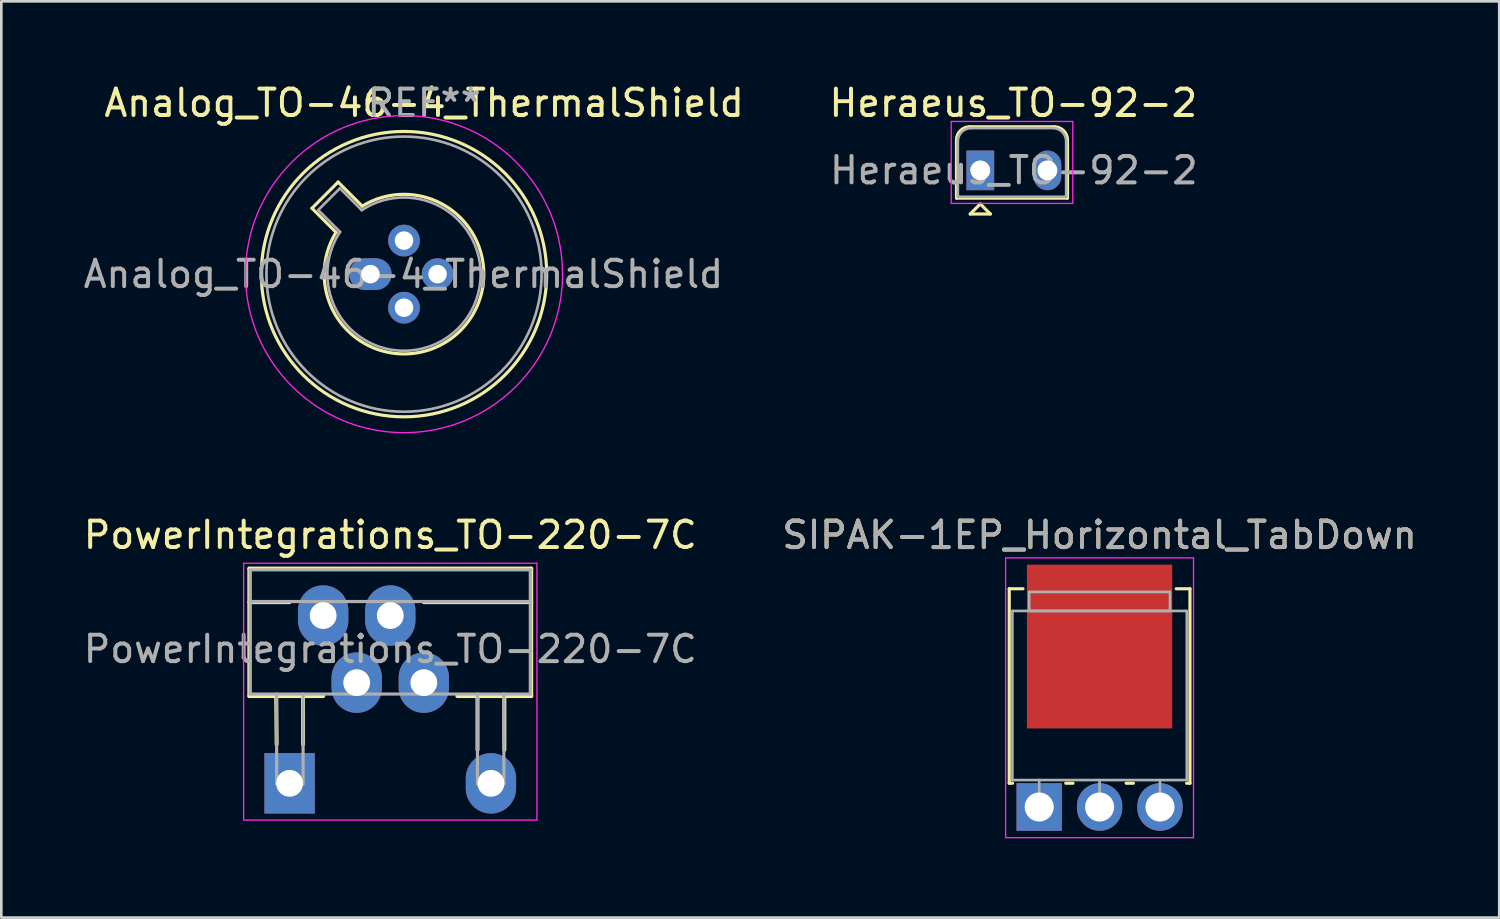
<source format=kicad_pcb>
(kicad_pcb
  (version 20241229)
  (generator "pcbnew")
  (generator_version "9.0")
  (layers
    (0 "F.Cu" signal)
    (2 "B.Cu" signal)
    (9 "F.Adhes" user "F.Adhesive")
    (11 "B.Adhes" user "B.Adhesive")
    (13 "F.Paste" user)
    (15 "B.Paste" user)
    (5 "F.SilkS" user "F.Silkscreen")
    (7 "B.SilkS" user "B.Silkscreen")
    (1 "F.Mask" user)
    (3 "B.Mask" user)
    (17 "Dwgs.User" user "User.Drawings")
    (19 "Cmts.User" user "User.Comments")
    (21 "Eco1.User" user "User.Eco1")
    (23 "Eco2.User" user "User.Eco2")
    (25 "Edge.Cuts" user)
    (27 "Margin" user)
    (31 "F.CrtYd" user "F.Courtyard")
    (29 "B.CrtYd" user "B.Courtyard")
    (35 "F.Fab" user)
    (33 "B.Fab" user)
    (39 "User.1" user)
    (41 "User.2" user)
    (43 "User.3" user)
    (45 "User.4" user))
  (footprint "PowerIntegrations_TO-220-7C"
    (layer "F.Cu")
    (at 7.91 26.596)
    (property "Reference" "PowerIntegrations_TO-220-7C" (at 3.81 -9.398 0) (layer "F.SilkS") (effects (font (size 1 1) (thickness 0.15))))
    (attr through_hole)
    (fp_line (start -1.524 -8.128) (end -1.524 -3.302) (stroke (width 0.15) (type solid)) (layer "F.SilkS"))
    (fp_line (start -1.524 -6.858) (end 0 -6.858) (stroke (width 0.15) (type solid)) (layer "F.SilkS"))
    (fp_line (start -1.524 -3.302) (end 1.27 -3.302) (stroke (width 0.15) (type solid)) (layer "F.SilkS"))
    (fp_line (start -0.49 -1.48) (end -0.508 -3.302) (stroke (width 0.15) (type solid)) (layer "F.SilkS"))
    (fp_line (start 0.51 -1.48) (end 0.508 -3.302) (stroke (width 0.15) (type solid)) (layer "F.SilkS"))
    (fp_line (start 7.112 -1.27) (end 7.112 -3.302) (stroke (width 0.15) (type solid)) (layer "F.SilkS"))
    (fp_line (start 8.128 -1.27) (end 8.128 -3.302) (stroke (width 0.15) (type solid)) (layer "F.SilkS"))
    (fp_line (start 9.144 -8.128) (end -1.524 -8.128) (stroke (width 0.15) (type solid)) (layer "F.SilkS"))
    (fp_line (start 9.144 -8.128) (end 9.144 -3.302) (stroke (width 0.15) (type solid)) (layer "F.SilkS"))
    (fp_line (start 9.144 -6.858) (end 5.08 -6.858) (stroke (width 0.15) (type solid)) (layer "F.SilkS"))
    (fp_line (start 9.144 -3.302) (end 6.35 -3.302) (stroke (width 0.15) (type solid)) (layer "F.SilkS"))
    (fp_line (start -1.74 -8.33) (end -1.74 1.39) (stroke (width 0.05) (type solid)) (layer "F.CrtYd"))
    (fp_line (start -1.74 -8.33) (end 9.36 -8.33) (stroke (width 0.05) (type solid)) (layer "F.CrtYd"))
    (fp_line (start 9.36 1.39) (end -1.74 1.39) (stroke (width 0.05) (type solid)) (layer "F.CrtYd"))
    (fp_line (start 9.36 1.39) (end 9.36 -8.33) (stroke (width 0.05) (type solid)) (layer "F.CrtYd"))
    (fp_line (start -1.49 -8.08) (end -1.49 -3.38) (stroke (width 0.12) (type solid)) (layer "F.Fab"))
    (fp_line (start -1.49 -6.88) (end 9.11 -6.88) (stroke (width 0.12) (type solid)) (layer "F.Fab"))
    (fp_line (start -1.49 -3.38) (end 9.11 -3.38) (stroke (width 0.12) (type solid)) (layer "F.Fab"))
    (fp_line (start -0.49 -3.38) (end -0.49 0.02) (stroke (width 0.12) (type solid)) (layer "F.Fab"))
    (fp_line (start -0.49 0.02) (end 0.51 0.02) (stroke (width 0.12) (type solid)) (layer "F.Fab"))
    (fp_line (start 0.51 0.02) (end 0.51 -3.38) (stroke (width 0.12) (type solid)) (layer "F.Fab"))
    (fp_line (start 7.11 -3.38) (end 7.11 0.02) (stroke (width 0.12) (type solid)) (layer "F.Fab"))
    (fp_line (start 7.11 0.02) (end 8.11 0.02) (stroke (width 0.12) (type solid)) (layer "F.Fab"))
    (fp_line (start 8.11 0.02) (end 8.11 -3.38) (stroke (width 0.12) (type solid)) (layer "F.Fab"))
    (fp_line (start 9.11 -8.08) (end -1.49 -8.08) (stroke (width 0.12) (type solid)) (layer "F.Fab"))
    (fp_line (start 9.11 -3.38) (end 9.11 -8.08) (stroke (width 0.12) (type solid)) (layer "F.Fab"))
    (fp_text user "${REFERENCE}" (at 3.81 -5.08 0) (layer "F.Fab") (effects (font (size 1 1) (thickness 0.15))))
    (pad "1" thru_hole rect (at 0 0) (size 1.905 2.286) (drill 1.016) (layers "*.Cu" "*.Mask"))
    (pad "2" thru_hole oval (at 1.27 -6.35) (size 1.905 2.286) (drill 1.016) (layers "*.Cu" "*.Mask"))
    (pad "3" thru_hole oval (at 2.54 -3.81) (size 1.905 2.286) (drill 1.016) (layers "*.Cu" "*.Mask"))
    (pad "4" thru_hole oval (at 3.81 -6.35) (size 1.905 2.286) (drill 1.016) (layers "*.Cu" "*.Mask"))
    (pad "5" thru_hole oval (at 5.08 -3.81) (size 1.905 2.286) (drill 1.016) (layers "*.Cu" "*.Mask"))
    (pad "7" thru_hole oval (at 7.62 0) (size 1.905 2.286) (drill 1.016) (layers "*.Cu" "*.Mask")))
  (footprint "Heraeus_TO-92-2"
    (layer "F.Cu")
    (at 34.05 3.398)
    (property "Reference" "Heraeus_TO-92-2" (at 1.25 -2.55 0) (layer "F.SilkS") (effects (font (size 1 1) (thickness 0.15))))
    (attr through_hole)
    (fp_line (start -0.9 1.05) (end -0.9 -1.15) (stroke (width 0.12) (type solid)) (layer "F.SilkS"))
    (fp_line (start -0.4 -1.65) (end 2.8 -1.65) (stroke (width 0.12) (type solid)) (layer "F.SilkS"))
    (fp_line (start -0.381 1.651) (end 0.381 1.651) (stroke (width 0.12) (type solid)) (layer "F.SilkS"))
    (fp_line (start 0 1.27) (end -0.381 1.651) (stroke (width 0.12) (type solid)) (layer "F.SilkS"))
    (fp_line (start 0.381 1.651) (end 0 1.27) (stroke (width 0.12) (type solid)) (layer "F.SilkS"))
    (fp_line (start 3.3 -1.15) (end 3.3 1.05) (stroke (width 0.12) (type solid)) (layer "F.SilkS"))
    (fp_line (start 3.3 1.05) (end -0.9 1.05) (stroke (width 0.12) (type solid)) (layer "F.SilkS"))
    (fp_arc (start -0.9 -1.15) (mid -0.753553 -1.503553) (end -0.4 -1.65) (stroke (width 0.12) (type solid)) (layer "F.SilkS"))
    (fp_arc (start 2.8 -1.65) (mid 3.153553 -1.503553) (end 3.3 -1.15) (stroke (width 0.12) (type solid)) (layer "F.SilkS"))
    (fp_line (start -1.1 -1.85) (end -1.1 1.25) (stroke (width 0.05) (type solid)) (layer "F.CrtYd"))
    (fp_line (start -1.1 1.25) (end 3.5 1.25) (stroke (width 0.05) (type solid)) (layer "F.CrtYd"))
    (fp_line (start 3.5 -1.85) (end -1.1 -1.85) (stroke (width 0.05) (type solid)) (layer "F.CrtYd"))
    (fp_line (start 3.5 1.25) (end 3.5 -1.85) (stroke (width 0.05) (type solid)) (layer "F.CrtYd"))
    (fp_line (start -0.85 -1.1) (end -0.85 1) (stroke (width 0.1) (type solid)) (layer "F.Fab"))
    (fp_line (start -0.85 1) (end 3.25 1) (stroke (width 0.1) (type solid)) (layer "F.Fab"))
    (fp_line (start 2.7 -1.6) (end -0.35 -1.6) (stroke (width 0.1) (type solid)) (layer "F.Fab"))
    (fp_line (start 3.25 1) (end 3.25 -1.1) (stroke (width 0.1) (type solid)) (layer "F.Fab"))
    (fp_arc (start -0.85 -1.1) (mid -0.703553 -1.453553) (end -0.35 -1.6) (stroke (width 0.1) (type solid)) (layer "F.Fab"))
    (fp_arc (start 2.75 -1.6) (mid 3.103553 -1.453553) (end 3.25 -1.1) (stroke (width 0.1) (type solid)) (layer "F.Fab"))
    (fp_text user "${REFERENCE}" (at 1.27 0 0) (layer "F.Fab") (effects (font (size 1 1) (thickness 0.15))))
    (pad "1" thru_hole rect (at 0 0) (size 1.05 1.5) (drill 0.75) (layers "*.Cu" "*.Mask"))
    (pad "2" thru_hole oval (at 2.54 0) (size 1.05 1.5) (drill 0.75) (layers "*.Cu" "*.Mask")))
  (footprint "Analog_TO-46-4_ThermalShield"
    (layer "F.Cu")
    (at 10.97 7.325)
    (property "Reference" "Analog_TO-46-4_ThermalShield" (at 2.032 -6.477 0) (layer "F.SilkS") (effects (font (size 1 1) (thickness 0.15))))
    (attr through_hole)
    (fp_line (start -2.214 -2.494) (end -1.302 -1.582) (stroke (width 0.12) (type solid)) (layer "F.SilkS"))
    (fp_line (start -1.224 -3.484) (end -2.214 -2.494) (stroke (width 0.12) (type solid)) (layer "F.SilkS"))
    (fp_line (start -0.312 -2.572) (end -1.224 -3.484) (stroke (width 0.12) (type solid)) (layer "F.SilkS"))
    (fp_arc (start -0.312331 -2.572281) (mid 3.405374 2.135551) (end -1.30215 -1.582544) (stroke (width 0.12) (type solid)) (layer "F.SilkS"))
    (fp_circle (center 1.27 0) (end 6.67 0) (stroke (width 0.12) (type solid)) (fill no) (layer "F.SilkS"))
    (fp_circle (center 1.27 0) (end 7.27 0) (stroke (width 0.05) (type solid)) (fill no) (layer "F.CrtYd"))
    (fp_line (start -1.977 -2.426) (end -1.149 -1.599) (stroke (width 0.1) (type solid)) (layer "F.Fab"))
    (fp_line (start -1.156 -3.247) (end -1.977 -2.426) (stroke (width 0.1) (type solid)) (layer "F.Fab"))
    (fp_line (start -0.329 -2.419) (end -1.156 -3.247) (stroke (width 0.1) (type solid)) (layer "F.Fab"))
    (fp_arc (start -0.329057 -2.419301) (mid 3.321076 2.050143) (end -1.150029 -1.597956) (stroke (width 0.1) (type solid)) (layer "F.Fab"))
    (fp_circle (center 1.27 0) (end 6.477 0) (stroke (width 0.1) (type solid)) (fill no) (layer "F.Fab"))
    (fp_text user "REF**" (at 2.032 -6.477 0) (layer "F.Fab") (effects (font (size 1 1) (thickness 0.15))))
    (fp_text user "${REFERENCE}" (at 1.25 0 0) (layer "F.Fab") (effects (font (size 1 1) (thickness 0.15))))
    (pad "1" thru_hole oval (at 0 0) (size 1.6 1.2) (drill 0.7) (layers "*.Cu" "*.Mask"))
    (pad "2" thru_hole circle (at 1.27 1.27) (size 1.2 1.2) (drill 0.7) (layers "*.Cu" "*.Mask"))
    (pad "3" thru_hole circle (at 2.54 0) (size 1.2 1.2) (drill 0.7) (layers "*.Cu" "*.Mask"))
    (pad "4" thru_hole circle (at 1.27 -1.27) (size 1.2 1.2) (drill 0.7) (layers "*.Cu" "*.Mask")))
  (footprint "SIPAK-1EP_Horizontal_TabDown"
    (layer "F.Cu")
    (at 36.279 27.492)
    (property "Reference" "SIPAK-1EP_Horizontal_TabDown" (at 2.286 -10.293 0) (layer "F.SilkS") (effects (font (size 1 1) (thickness 0.15))))
    (attr through_hole)
    (fp_line (start -1.134 -8.26) (end -1.134 -0.9) (stroke (width 0.12) (type solid)) (layer "F.SilkS"))
    (fp_line (start -1.134 -8.26) (end -0.614 -8.26) (stroke (width 0.12) (type solid)) (layer "F.SilkS"))
    (fp_line (start -1.134 -0.9) (end -1.008 -0.9) (stroke (width 0.12) (type solid)) (layer "F.SilkS"))
    (fp_line (start 1.008 -0.9) (end 1.279 -0.9) (stroke (width 0.12) (type solid)) (layer "F.SilkS"))
    (fp_line (start 3.294 -0.9) (end 3.565 -0.9) (stroke (width 0.12) (type solid)) (layer "F.SilkS"))
    (fp_line (start 5.186 -8.26) (end 5.706 -8.26) (stroke (width 0.12) (type solid)) (layer "F.SilkS"))
    (fp_line (start 5.58 -0.9) (end 5.706 -0.9) (stroke (width 0.12) (type solid)) (layer "F.SilkS"))
    (fp_line (start 5.706 -8.26) (end 5.706 -0.9) (stroke (width 0.12) (type solid)) (layer "F.SilkS"))
    (fp_line (start -1.27 -9.43) (end -1.27 1.16) (stroke (width 0.05) (type solid)) (layer "F.CrtYd"))
    (fp_line (start -1.27 1.16) (end 5.84 1.16) (stroke (width 0.05) (type solid)) (layer "F.CrtYd"))
    (fp_line (start 5.84 -9.43) (end -1.27 -9.43) (stroke (width 0.05) (type solid)) (layer "F.CrtYd"))
    (fp_line (start 5.84 1.16) (end 5.84 -9.43) (stroke (width 0.05) (type solid)) (layer "F.CrtYd"))
    (fp_line (start -1.014 -7.42) (end 5.586 -7.42) (stroke (width 0.1) (type solid)) (layer "F.Fab"))
    (fp_line (start -1.014 -1.02) (end -1.014 -7.42) (stroke (width 0.1) (type solid)) (layer "F.Fab"))
    (fp_line (start -0.379 -8.14) (end 4.951 -8.14) (stroke (width 0.1) (type solid)) (layer "F.Fab"))
    (fp_line (start -0.379 -7.42) (end -0.379 -8.14) (stroke (width 0.1) (type solid)) (layer "F.Fab"))
    (fp_line (start 0 -1.02) (end 0 0) (stroke (width 0.1) (type solid)) (layer "F.Fab"))
    (fp_line (start 2.286 -1.02) (end 2.286 0) (stroke (width 0.1) (type solid)) (layer "F.Fab"))
    (fp_line (start 4.572 -1.02) (end 4.572 0) (stroke (width 0.1) (type solid)) (layer "F.Fab"))
    (fp_line (start 4.951 -8.14) (end 4.951 -7.42) (stroke (width 0.1) (type solid)) (layer "F.Fab"))
    (fp_line (start 4.951 -7.42) (end -0.379 -7.42) (stroke (width 0.1) (type solid)) (layer "F.Fab"))
    (fp_line (start 5.586 -7.42) (end 5.586 -1.02) (stroke (width 0.1) (type solid)) (layer "F.Fab"))
    (fp_line (start 5.586 -1.02) (end -1.014 -1.02) (stroke (width 0.1) (type solid)) (layer "F.Fab"))
    (fp_text user "${REFERENCE}" (at 2.286 -10.293 0) (layer "F.Fab") (effects (font (size 1 1) (thickness 0.15))))
    (pad "1" thru_hole rect (at 0 0) (size 1.714 1.8) (drill 1.1) (layers "*.Cu" "*.Mask"))
    (pad "2" thru_hole oval (at 2.286 0) (size 1.714 1.8) (drill 1.1) (layers "*.Cu" "*.Mask"))
    (pad "3" thru_hole oval (at 4.572 0) (size 1.714 1.8) (drill 1.1) (layers "*.Cu" "*.Mask"))
    (pad "4" smd rect (at 2.286 -6.073) (size 5.5 6.2) (layers "F.Cu" "F.Mask" "F.Paste")))
  (gr_rect
    (start -3 -3)
    (end 53.69 31.677)
    (stroke (width 0.1) (type default))
    (fill no)
    (layer "Edge.Cuts")))
</source>
